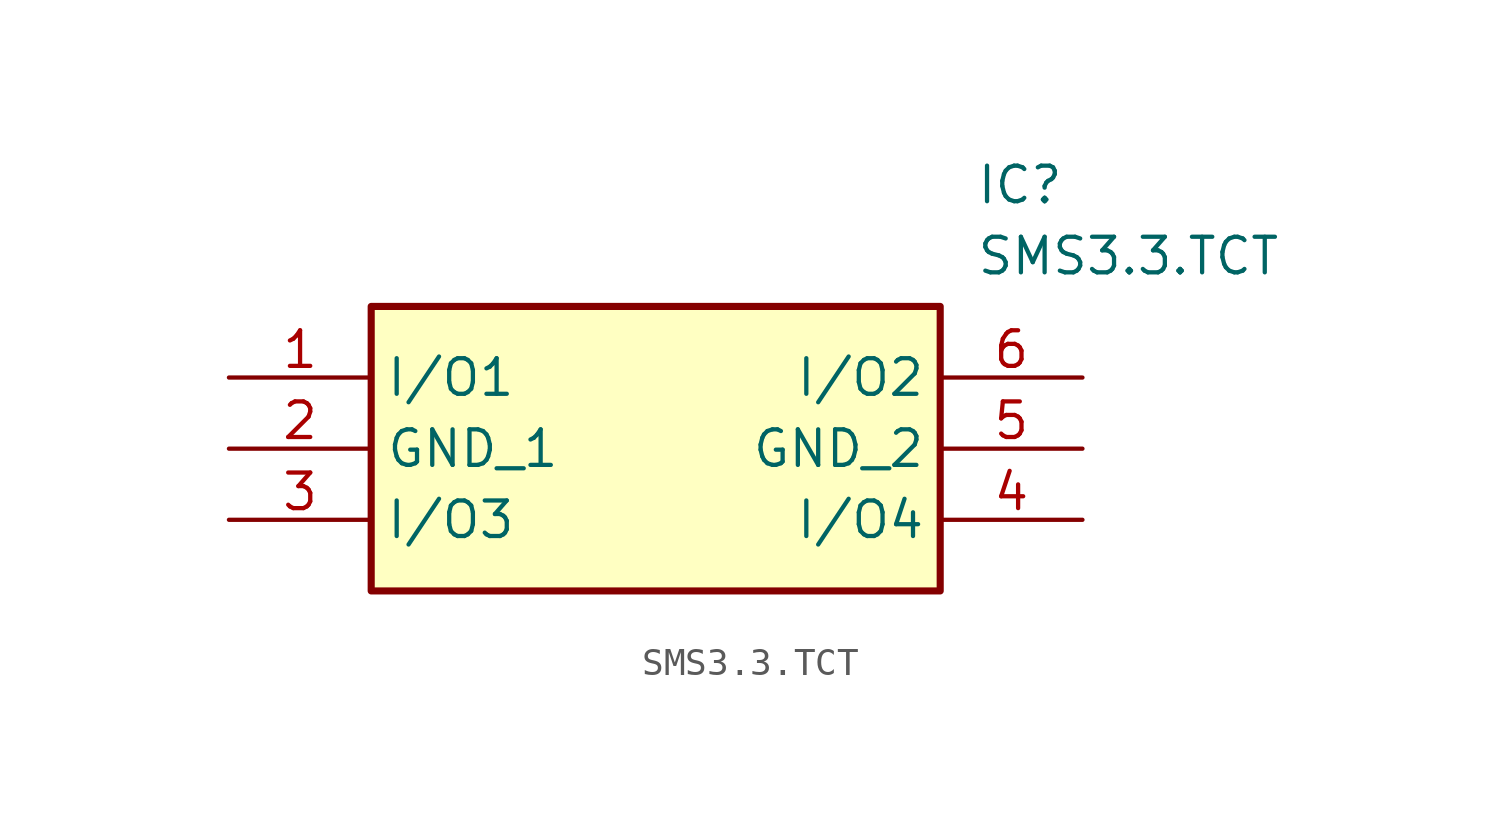
<source format=kicad_sym>
(kicad_symbol_lib
  (version 20211014)
  (generator SamacSys_ECAD_Model)
  (symbol "SMS3.3.TCT"
    (property "Reference" "IC"
      (at 26.67 7.62 0)
      (effects (font (size 1.27 1.27)) (justify left top)))
    (property "Value" "SMS3.3.TCT"
      (at 26.67 5.08 0)
      (effects (font (size 1.27 1.27)) (justify left top)))
    (rectangle
      (start 5.08 2.54)
      (end 25.4 -7.62)
      (stroke (width 0.254) (type default))
      (fill (type background)))
    (pin passive line
      (at 0 0 0)
      (length 5.08)
      (name "I/O1" (effects (font (size 1.27 1.27))))
      (number "1" (effects (font (size 1.27 1.27)))))
    (pin passive line
      (at 0 -2.54 0)
      (length 5.08)
      (name "GND_1" (effects (font (size 1.27 1.27))))
      (number "2" (effects (font (size 1.27 1.27)))))
    (pin passive line
      (at 0 -5.08 0)
      (length 5.08)
      (name "I/O3" (effects (font (size 1.27 1.27))))
      (number "3" (effects (font (size 1.27 1.27)))))
    (pin passive line
      (at 30.48 0 180)
      (length 5.08)
      (name "I/O2" (effects (font (size 1.27 1.27))))
      (number "6" (effects (font (size 1.27 1.27)))))
    (pin passive line
      (at 30.48 -2.54 180)
      (length 5.08)
      (name "GND_2" (effects (font (size 1.27 1.27))))
      (number "5" (effects (font (size 1.27 1.27)))))
    (pin passive line
      (at 30.48 -5.08 180)
      (length 5.08)
      (name "I/O4" (effects (font (size 1.27 1.27))))
      (number "4" (effects (font (size 1.27 1.27)))))))
</source>
